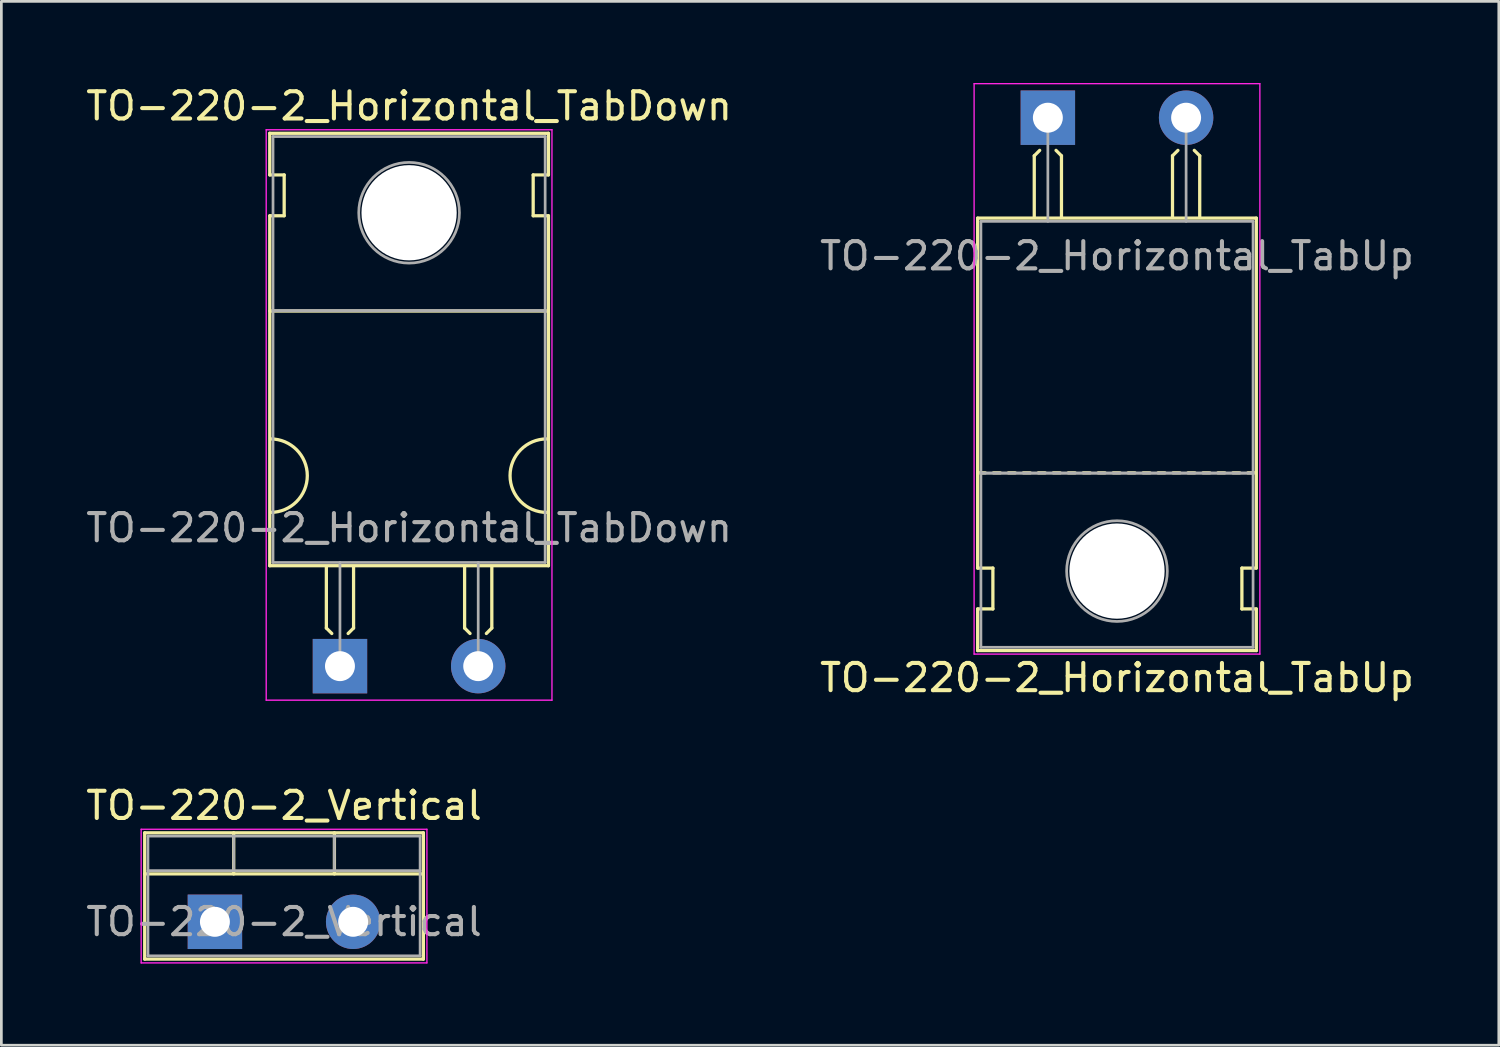
<source format=kicad_pcb>
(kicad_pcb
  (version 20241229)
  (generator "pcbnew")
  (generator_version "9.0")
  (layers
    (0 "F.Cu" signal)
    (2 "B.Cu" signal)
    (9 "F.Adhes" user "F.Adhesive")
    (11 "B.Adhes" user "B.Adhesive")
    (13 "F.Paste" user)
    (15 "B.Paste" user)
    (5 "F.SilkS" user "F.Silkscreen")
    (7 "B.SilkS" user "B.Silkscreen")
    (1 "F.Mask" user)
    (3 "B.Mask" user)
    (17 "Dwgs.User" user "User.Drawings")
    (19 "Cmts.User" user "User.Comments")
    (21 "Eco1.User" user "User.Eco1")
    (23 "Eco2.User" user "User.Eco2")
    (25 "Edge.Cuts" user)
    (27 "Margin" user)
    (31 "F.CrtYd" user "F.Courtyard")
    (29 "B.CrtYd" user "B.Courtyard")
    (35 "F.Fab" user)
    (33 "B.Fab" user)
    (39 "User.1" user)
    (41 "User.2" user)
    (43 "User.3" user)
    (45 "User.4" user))
  (footprint "TO-220-2_Vertical"
    (layer "F.Cu")
    (at 4.847 30.822)
    (property "Reference" "TO-220-2_Vertical" (at 2.54 -4.27 0) (layer "F.SilkS") (effects (font (size 1 1) (thickness 0.15))))
    (attr through_hole)
    (fp_line (start -2.58 -3.27) (end -2.58 1.371) (stroke (width 0.12) (type solid)) (layer "F.SilkS"))
    (fp_line (start -2.58 -3.27) (end 7.66 -3.27) (stroke (width 0.12) (type solid)) (layer "F.SilkS"))
    (fp_line (start -2.58 -1.76) (end 7.66 -1.76) (stroke (width 0.12) (type solid)) (layer "F.SilkS"))
    (fp_line (start -2.58 1.371) (end 7.66 1.371) (stroke (width 0.12) (type solid)) (layer "F.SilkS"))
    (fp_line (start 0.69 -3.27) (end 0.69 -1.76) (stroke (width 0.12) (type solid)) (layer "F.SilkS"))
    (fp_line (start 4.391 -3.27) (end 4.391 -1.76) (stroke (width 0.12) (type solid)) (layer "F.SilkS"))
    (fp_line (start 7.66 -3.27) (end 7.66 1.371) (stroke (width 0.12) (type solid)) (layer "F.SilkS"))
    (fp_line (start -2.71 -3.4) (end -2.71 1.51) (stroke (width 0.05) (type solid)) (layer "F.CrtYd"))
    (fp_line (start -2.71 1.51) (end 7.79 1.51) (stroke (width 0.05) (type solid)) (layer "F.CrtYd"))
    (fp_line (start 7.79 -3.4) (end -2.71 -3.4) (stroke (width 0.05) (type solid)) (layer "F.CrtYd"))
    (fp_line (start 7.79 1.51) (end 7.79 -3.4) (stroke (width 0.05) (type solid)) (layer "F.CrtYd"))
    (fp_line (start -2.46 -3.15) (end -2.46 1.25) (stroke (width 0.1) (type solid)) (layer "F.Fab"))
    (fp_line (start -2.46 -1.88) (end 7.54 -1.88) (stroke (width 0.1) (type solid)) (layer "F.Fab"))
    (fp_line (start -2.46 1.25) (end 7.54 1.25) (stroke (width 0.1) (type solid)) (layer "F.Fab"))
    (fp_line (start 0.69 -3.15) (end 0.69 -1.88) (stroke (width 0.1) (type solid)) (layer "F.Fab"))
    (fp_line (start 4.39 -3.15) (end 4.39 -1.88) (stroke (width 0.1) (type solid)) (layer "F.Fab"))
    (fp_line (start 7.54 -3.15) (end -2.46 -3.15) (stroke (width 0.1) (type solid)) (layer "F.Fab"))
    (fp_line (start 7.54 1.25) (end 7.54 -3.15) (stroke (width 0.1) (type solid)) (layer "F.Fab"))
    (fp_text user "${REFERENCE}" (at 2.54 0 0) (layer "F.Fab") (effects (font (size 1 1) (thickness 0.15))))
    (pad "1" thru_hole rect (at 0 0) (size 2 2) (drill 1.1) (layers "*.Cu" "*.Mask"))
    (pad "2" thru_hole oval (at 5.08 0) (size 2 2) (drill 1.1) (layers "*.Cu" "*.Mask")))
  (footprint "TO-220-2_Horizontal_TabDown"
    (layer "F.Cu")
    (at 9.442 21.428)
    (property "Reference" "TO-220-2_Horizontal_TabDown" (at 2.54 -20.58 0) (layer "F.SilkS") (effects (font (size 1 1) (thickness 0.15))))
    (attr through_hole)
    (fp_line (start -2.58 -19.58) (end -2.58 -18.05) (stroke (width 0.12) (type solid)) (layer "F.SilkS"))
    (fp_line (start -2.58 -19.58) (end 7.66 -19.58) (stroke (width 0.12) (type solid)) (layer "F.SilkS"))
    (fp_line (start -2.58 -18.05) (end -2.05 -18.05) (stroke (width 0.12) (type solid)) (layer "F.SilkS"))
    (fp_line (start -2.58 -16.55) (end -2.58 -3.69) (stroke (width 0.12) (type solid)) (layer "F.SilkS"))
    (fp_line (start -2.58 -3.69) (end 7.66 -3.69) (stroke (width 0.12) (type solid)) (layer "F.SilkS"))
    (fp_line (start -2.575 -13.05) (end 7.65 -13.05) (stroke (width 0.12) (type solid)) (layer "F.SilkS"))
    (fp_line (start -2.05 -18.05) (end -2.05 -16.55) (stroke (width 0.12) (type solid)) (layer "F.SilkS"))
    (fp_line (start -2.05 -16.55) (end -2.575 -16.55) (stroke (width 0.12) (type solid)) (layer "F.SilkS"))
    (fp_line (start -0.5 -3.65) (end -0.5 -1.4) (stroke (width 0.12) (type solid)) (layer "F.SilkS"))
    (fp_line (start -0.5 -1.4) (end -0.3 -1.2) (stroke (width 0.12) (type solid)) (layer "F.SilkS"))
    (fp_line (start 0.5 -3.65) (end 0.5 -1.4) (stroke (width 0.12) (type solid)) (layer "F.SilkS"))
    (fp_line (start 0.5 -1.4) (end 0.3 -1.2) (stroke (width 0.12) (type solid)) (layer "F.SilkS"))
    (fp_line (start 4.58 -3.65) (end 4.58 -1.4) (stroke (width 0.12) (type solid)) (layer "F.SilkS"))
    (fp_line (start 4.58 -1.4) (end 4.78 -1.2) (stroke (width 0.12) (type solid)) (layer "F.SilkS"))
    (fp_line (start 5.58 -3.65) (end 5.58 -1.4) (stroke (width 0.12) (type solid)) (layer "F.SilkS"))
    (fp_line (start 5.58 -1.4) (end 5.38 -1.2) (stroke (width 0.12) (type solid)) (layer "F.SilkS"))
    (fp_line (start 7.1 -18.05) (end 7.66 -18.05) (stroke (width 0.12) (type solid)) (layer "F.SilkS"))
    (fp_line (start 7.1 -16.55) (end 7.1 -18.05) (stroke (width 0.12) (type solid)) (layer "F.SilkS"))
    (fp_line (start 7.66 -19.58) (end 7.66 -18.05) (stroke (width 0.12) (type solid)) (layer "F.SilkS"))
    (fp_line (start 7.66 -16.55) (end 7.1 -16.55) (stroke (width 0.12) (type solid)) (layer "F.SilkS"))
    (fp_line (start 7.66 -16.55) (end 7.66 -3.69) (stroke (width 0.12) (type solid)) (layer "F.SilkS"))
    (fp_arc (start -2.55 -8.35) (mid -1.2 -7) (end -2.55 -5.65) (stroke (width 0.12) (type solid)) (layer "F.SilkS"))
    (fp_arc (start 7.6 -5.65) (mid 6.25 -7) (end 7.6 -8.35) (stroke (width 0.12) (type solid)) (layer "F.SilkS"))
    (fp_line (start -2.71 -19.71) (end -2.71 1.25) (stroke (width 0.05) (type solid)) (layer "F.CrtYd"))
    (fp_line (start -2.71 1.25) (end 7.79 1.25) (stroke (width 0.05) (type solid)) (layer "F.CrtYd"))
    (fp_line (start 7.79 -19.71) (end -2.71 -19.71) (stroke (width 0.05) (type solid)) (layer "F.CrtYd"))
    (fp_line (start 7.79 1.25) (end 7.79 -19.71) (stroke (width 0.05) (type solid)) (layer "F.CrtYd"))
    (fp_line (start -2.46 -19.46) (end 7.54 -19.46) (stroke (width 0.1) (type solid)) (layer "F.Fab"))
    (fp_line (start -2.46 -13.06) (end -2.46 -19.46) (stroke (width 0.1) (type solid)) (layer "F.Fab"))
    (fp_line (start -2.46 -13.06) (end 7.54 -13.06) (stroke (width 0.1) (type solid)) (layer "F.Fab"))
    (fp_line (start -2.46 -3.81) (end -2.46 -13.06) (stroke (width 0.1) (type solid)) (layer "F.Fab"))
    (fp_line (start 0 -3.81) (end 0 0) (stroke (width 0.1) (type solid)) (layer "F.Fab"))
    (fp_line (start 5.08 -3.81) (end 5.08 0) (stroke (width 0.1) (type solid)) (layer "F.Fab"))
    (fp_line (start 7.54 -19.46) (end 7.54 -13.06) (stroke (width 0.1) (type solid)) (layer "F.Fab"))
    (fp_line (start 7.54 -13.06) (end -2.46 -13.06) (stroke (width 0.1) (type solid)) (layer "F.Fab"))
    (fp_line (start 7.54 -13.06) (end 7.54 -3.81) (stroke (width 0.1) (type solid)) (layer "F.Fab"))
    (fp_line (start 7.54 -3.81) (end -2.46 -3.81) (stroke (width 0.1) (type solid)) (layer "F.Fab"))
    (fp_circle (center 2.54 -16.66) (end 4.39 -16.66) (stroke (width 0.1) (type solid)) (fill no) (layer "F.Fab"))
    (fp_text user "${REFERENCE}" (at 2.54 -5.08 0) (layer "F.Fab") (effects (font (size 1 1) (thickness 0.15))))
    (pad "" np_thru_hole oval (at 2.54 -16.66) (size 3.5 3.5) (drill 3.5) (layers "*.Cu" "*.Mask"))
    (pad "1" thru_hole rect (at 0 0) (size 2 2) (drill 1.1) (layers "*.Cu" "*.Mask"))
    (pad "2" thru_hole oval (at 5.08 0) (size 2 2) (drill 1.1) (layers "*.Cu" "*.Mask")))
  (footprint "TO-220-2_Horizontal_TabUp"
    (layer "F.Cu")
    (at 35.454 1.275)
    (property "Reference" "TO-220-2_Horizontal_TabUp" (at 2.54 20.58 0) (layer "F.SilkS") (effects (font (size 1 1) (thickness 0.15))))
    (attr through_hole)
    (fp_line (start -2.58 16.55) (end -2.58 3.69) (stroke (width 0.12) (type solid)) (layer "F.SilkS"))
    (fp_line (start -2.58 16.55) (end -2.02 16.55) (stroke (width 0.12) (type solid)) (layer "F.SilkS"))
    (fp_line (start -2.58 19.58) (end -2.58 18.05) (stroke (width 0.12) (type solid)) (layer "F.SilkS"))
    (fp_line (start -2.3 13.05) (end -2.55 13.05) (stroke (width 0.12) (type solid)) (layer "F.SilkS"))
    (fp_line (start -2.02 16.55) (end -2.02 18.05) (stroke (width 0.12) (type solid)) (layer "F.SilkS"))
    (fp_line (start -2.02 18.05) (end -2.58 18.05) (stroke (width 0.12) (type solid)) (layer "F.SilkS"))
    (fp_line (start -1.75 13.05) (end -2 13.05) (stroke (width 0.12) (type solid)) (layer "F.SilkS"))
    (fp_line (start -1.2 13.05) (end -1.45 13.05) (stroke (width 0.12) (type solid)) (layer "F.SilkS"))
    (fp_line (start -0.65 13.05) (end -0.9 13.05) (stroke (width 0.12) (type solid)) (layer "F.SilkS"))
    (fp_line (start -0.5 1.4) (end -0.3 1.2) (stroke (width 0.12) (type solid)) (layer "F.SilkS"))
    (fp_line (start -0.5 3.65) (end -0.5 1.4) (stroke (width 0.12) (type solid)) (layer "F.SilkS"))
    (fp_line (start -0.1 13.05) (end -0.35 13.05) (stroke (width 0.12) (type solid)) (layer "F.SilkS"))
    (fp_line (start 0.45 13.05) (end 0.2 13.05) (stroke (width 0.12) (type solid)) (layer "F.SilkS"))
    (fp_line (start 0.5 1.4) (end 0.3 1.2) (stroke (width 0.12) (type solid)) (layer "F.SilkS"))
    (fp_line (start 0.5 3.65) (end 0.5 1.4) (stroke (width 0.12) (type solid)) (layer "F.SilkS"))
    (fp_line (start 1 13.05) (end 0.75 13.05) (stroke (width 0.12) (type solid)) (layer "F.SilkS"))
    (fp_line (start 1.55 13.05) (end 1.3 13.05) (stroke (width 0.12) (type solid)) (layer "F.SilkS"))
    (fp_line (start 2.1 13.05) (end 1.85 13.05) (stroke (width 0.12) (type solid)) (layer "F.SilkS"))
    (fp_line (start 2.65 13.05) (end 2.4 13.05) (stroke (width 0.12) (type solid)) (layer "F.SilkS"))
    (fp_line (start 3.2 13.05) (end 2.95 13.05) (stroke (width 0.12) (type solid)) (layer "F.SilkS"))
    (fp_line (start 3.75 13.05) (end 3.5 13.05) (stroke (width 0.12) (type solid)) (layer "F.SilkS"))
    (fp_line (start 4.3 13.05) (end 4.05 13.05) (stroke (width 0.12) (type solid)) (layer "F.SilkS"))
    (fp_line (start 4.58 1.4) (end 4.78 1.2) (stroke (width 0.12) (type solid)) (layer "F.SilkS"))
    (fp_line (start 4.58 3.65) (end 4.58 1.4) (stroke (width 0.12) (type solid)) (layer "F.SilkS"))
    (fp_line (start 4.85 13.05) (end 4.6 13.05) (stroke (width 0.12) (type solid)) (layer "F.SilkS"))
    (fp_line (start 5.4 13.05) (end 5.15 13.05) (stroke (width 0.12) (type solid)) (layer "F.SilkS"))
    (fp_line (start 5.58 1.4) (end 5.38 1.2) (stroke (width 0.12) (type solid)) (layer "F.SilkS"))
    (fp_line (start 5.58 3.65) (end 5.58 1.4) (stroke (width 0.12) (type solid)) (layer "F.SilkS"))
    (fp_line (start 5.95 13.05) (end 5.7 13.05) (stroke (width 0.12) (type solid)) (layer "F.SilkS"))
    (fp_line (start 6.5 13.05) (end 6.25 13.05) (stroke (width 0.12) (type solid)) (layer "F.SilkS"))
    (fp_line (start 7.05 13.05) (end 6.8 13.05) (stroke (width 0.12) (type solid)) (layer "F.SilkS"))
    (fp_line (start 7.13 16.55) (end 7.655 16.55) (stroke (width 0.12) (type solid)) (layer "F.SilkS"))
    (fp_line (start 7.13 18.05) (end 7.13 16.55) (stroke (width 0.12) (type solid)) (layer "F.SilkS"))
    (fp_line (start 7.6 13.05) (end 7.35 13.05) (stroke (width 0.12) (type solid)) (layer "F.SilkS"))
    (fp_line (start 7.66 3.69) (end -2.58 3.69) (stroke (width 0.12) (type solid)) (layer "F.SilkS"))
    (fp_line (start 7.66 16.55) (end 7.66 3.69) (stroke (width 0.12) (type solid)) (layer "F.SilkS"))
    (fp_line (start 7.66 18.05) (end 7.13 18.05) (stroke (width 0.12) (type solid)) (layer "F.SilkS"))
    (fp_line (start 7.66 19.58) (end -2.58 19.58) (stroke (width 0.12) (type solid)) (layer "F.SilkS"))
    (fp_line (start 7.66 19.58) (end 7.66 18.05) (stroke (width 0.12) (type solid)) (layer "F.SilkS"))
    (fp_line (start -2.71 -1.25) (end -2.71 19.71) (stroke (width 0.05) (type solid)) (layer "F.CrtYd"))
    (fp_line (start -2.71 19.71) (end 7.79 19.71) (stroke (width 0.05) (type solid)) (layer "F.CrtYd"))
    (fp_line (start 7.79 -1.25) (end -2.71 -1.25) (stroke (width 0.05) (type solid)) (layer "F.CrtYd"))
    (fp_line (start 7.79 19.71) (end 7.79 -1.25) (stroke (width 0.05) (type solid)) (layer "F.CrtYd"))
    (fp_line (start -2.46 3.81) (end -2.46 13.06) (stroke (width 0.1) (type solid)) (layer "F.Fab"))
    (fp_line (start -2.46 13.06) (end -2.46 19.46) (stroke (width 0.1) (type solid)) (layer "F.Fab"))
    (fp_line (start -2.46 13.06) (end 7.54 13.06) (stroke (width 0.1) (type solid)) (layer "F.Fab"))
    (fp_line (start -2.46 19.46) (end 7.54 19.46) (stroke (width 0.1) (type solid)) (layer "F.Fab"))
    (fp_line (start 0 3.81) (end 0 0) (stroke (width 0.1) (type solid)) (layer "F.Fab"))
    (fp_line (start 5.08 3.81) (end 5.08 0) (stroke (width 0.1) (type solid)) (layer "F.Fab"))
    (fp_line (start 7.54 3.81) (end -2.46 3.81) (stroke (width 0.1) (type solid)) (layer "F.Fab"))
    (fp_line (start 7.54 13.06) (end -2.46 13.06) (stroke (width 0.1) (type solid)) (layer "F.Fab"))
    (fp_line (start 7.54 13.06) (end 7.54 3.81) (stroke (width 0.1) (type solid)) (layer "F.Fab"))
    (fp_line (start 7.54 19.46) (end 7.54 13.06) (stroke (width 0.1) (type solid)) (layer "F.Fab"))
    (fp_circle (center 2.54 16.66) (end 4.39 16.66) (stroke (width 0.1) (type solid)) (fill no) (layer "F.Fab"))
    (fp_text user "${REFERENCE}" (at 2.54 5.08 0) (layer "F.Fab") (effects (font (size 1 1) (thickness 0.15))))
    (pad "" np_thru_hole oval (at 2.54 16.66) (size 3.5 3.5) (drill 3.5) (layers "*.Cu" "*.Mask"))
    (pad "1" thru_hole rect (at 0 0) (size 2 2) (drill 1.1) (layers "*.Cu" "*.Mask"))
    (pad "2" thru_hole oval (at 5.08 0) (size 2 2) (drill 1.1) (layers "*.Cu" "*.Mask")))
  (gr_rect
    (start -3 -3)
    (end 52.024 35.356)
    (stroke (width 0.1) (type default))
    (fill no)
    (layer "Edge.Cuts")))
</source>
